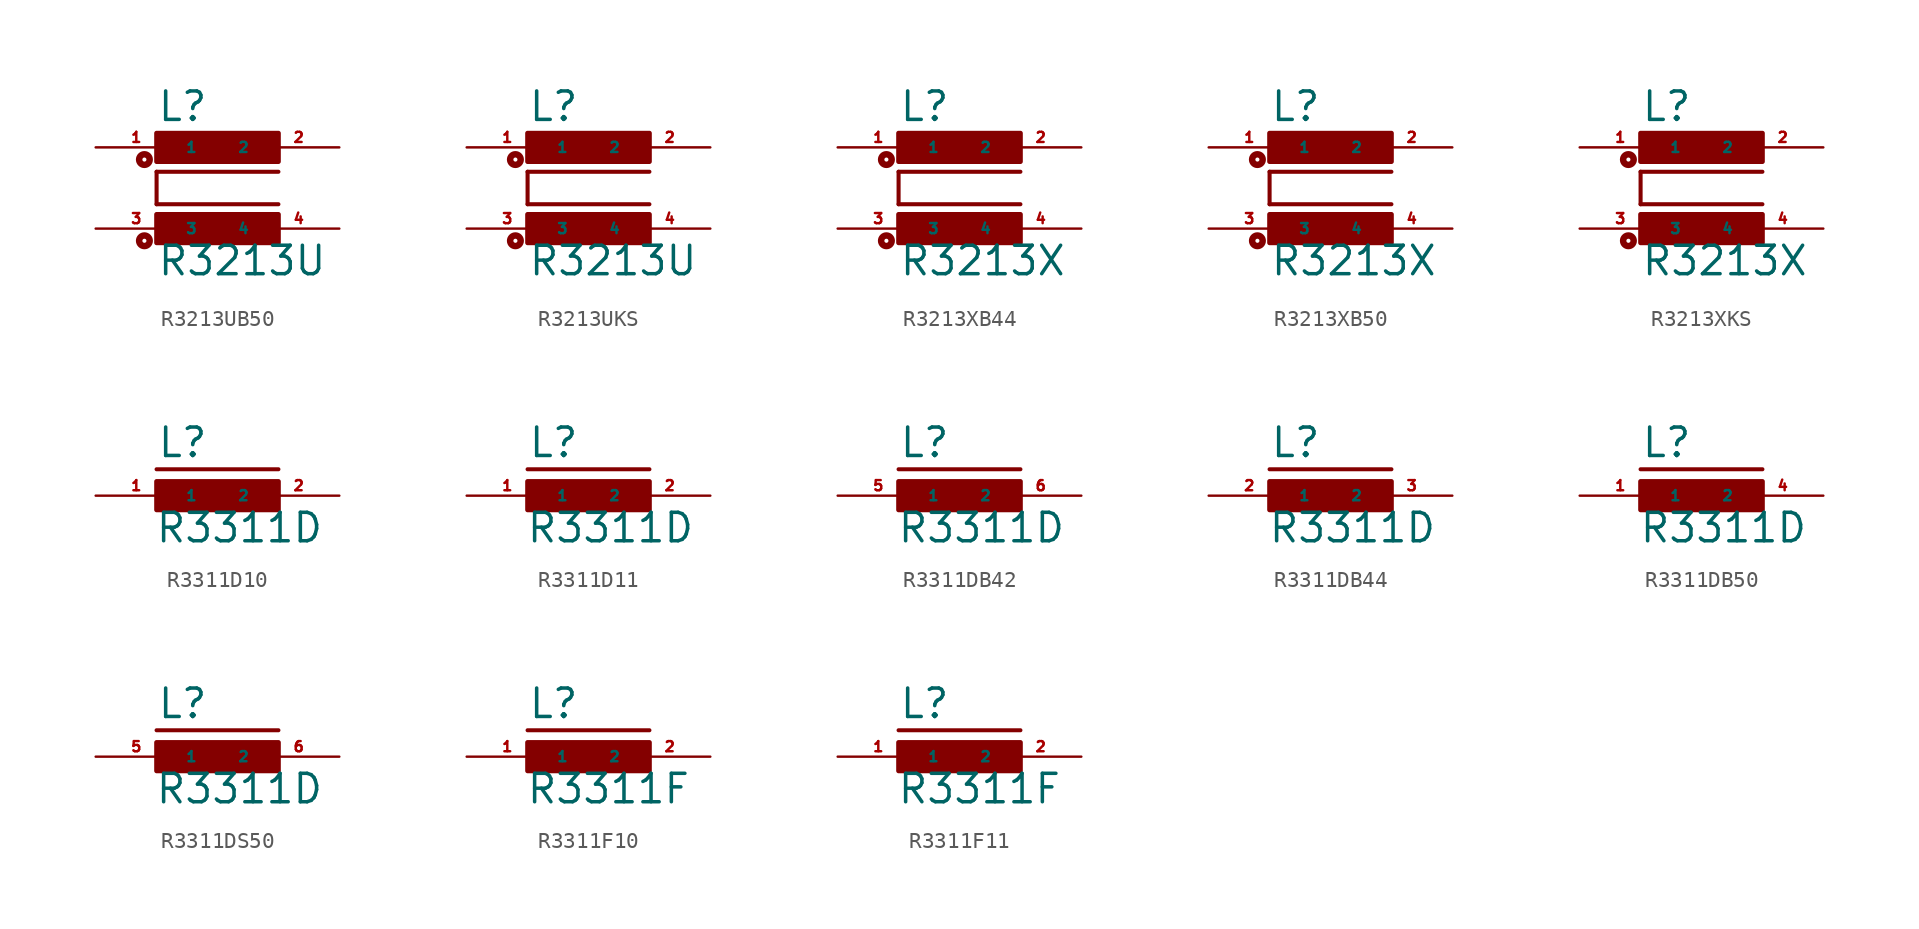
<source format=kicad_sym>
(kicad_symbol_lib
  (version 20220914)
  (generator Eagle2Kicad)
  (symbol "R3213UB50"
    (property "Reference" "L"
      (at -3.81 4.064 0)
      (effects (font (size 1.778 1.778) (thickness 0.22)) (justify left bottom)))
    (property "Value" "R3213U"
      (at -3.81 -5.588 0)
      (effects (font (size 1.778 1.778) (thickness 0.22)) (justify left bottom)))
    (polyline
      (pts (xy 3.81 1.016) (xy -3.81 1.016))
      (stroke (width 0.254) (type default))
      (fill (type none)))
    (polyline
      (pts (xy -3.81 -1.016) (xy -3.81 1.016))
      (stroke (width 0.254) (type default))
      (fill (type none)))
    (polyline
      (pts (xy -3.81 -1.016) (xy 3.81 -1.016))
      (stroke (width 0.254) (type default))
      (fill (type none)))
    (circle
      (center -4.572 -3.302)
      (radius 0.127)
      (stroke (width 0.406) (type default))
      (fill (type none)))
    (circle
      (center -4.572 1.778)
      (radius 0.127)
      (stroke (width 0.406) (type default))
      (fill (type none)))
    (rectangle
      (start -3.81 1.651)
      (end 3.81 3.429)
      (stroke (width 0.3) (type default))
      (fill (type outline)))
    (rectangle
      (start -3.81 -3.429)
      (end 3.81 -1.651)
      (stroke (width 0.3) (type default))
      (fill (type outline)))
    (pin passive line
      (at 7.62 2.54 180)
      (length 5.08)
      (name "2" (effects (font (size 0.635 0.635) (thickness 0.08)) (justify left bottom)))
      (number "2" (effects (font (size 0.635 0.635) (thickness 0.08)) (justify left bottom))))
    (pin passive line
      (at -7.62 2.54 0)
      (length 5.08)
      (name "1" (effects (font (size 0.635 0.635) (thickness 0.08)) (justify left bottom)))
      (number "1" (effects (font (size 0.635 0.635) (thickness 0.08)) (justify left bottom))))
    (pin passive line
      (at -7.62 -2.54 0)
      (length 5.08)
      (name "3" (effects (font (size 0.635 0.635) (thickness 0.08)) (justify left bottom)))
      (number "3" (effects (font (size 0.635 0.635) (thickness 0.08)) (justify left bottom))))
    (pin passive line
      (at 7.62 -2.54 180)
      (length 5.08)
      (name "4" (effects (font (size 0.635 0.635) (thickness 0.08)) (justify left bottom)))
      (number "4" (effects (font (size 0.635 0.635) (thickness 0.08)) (justify left bottom)))))
  (symbol "R3213UKS"
    (property "Reference" "L"
      (at -3.81 4.064 0)
      (effects (font (size 1.778 1.778) (thickness 0.22)) (justify left bottom)))
    (property "Value" "R3213U"
      (at -3.81 -5.588 0)
      (effects (font (size 1.778 1.778) (thickness 0.22)) (justify left bottom)))
    (polyline
      (pts (xy 3.81 1.016) (xy -3.81 1.016))
      (stroke (width 0.254) (type default))
      (fill (type none)))
    (polyline
      (pts (xy -3.81 -1.016) (xy -3.81 1.016))
      (stroke (width 0.254) (type default))
      (fill (type none)))
    (polyline
      (pts (xy -3.81 -1.016) (xy 3.81 -1.016))
      (stroke (width 0.254) (type default))
      (fill (type none)))
    (circle
      (center -4.572 -3.302)
      (radius 0.127)
      (stroke (width 0.406) (type default))
      (fill (type none)))
    (circle
      (center -4.572 1.778)
      (radius 0.127)
      (stroke (width 0.406) (type default))
      (fill (type none)))
    (rectangle
      (start -3.81 1.651)
      (end 3.81 3.429)
      (stroke (width 0.3) (type default))
      (fill (type outline)))
    (rectangle
      (start -3.81 -3.429)
      (end 3.81 -1.651)
      (stroke (width 0.3) (type default))
      (fill (type outline)))
    (pin passive line
      (at 7.62 2.54 180)
      (length 5.08)
      (name "2" (effects (font (size 0.635 0.635) (thickness 0.08)) (justify left bottom)))
      (number "2" (effects (font (size 0.635 0.635) (thickness 0.08)) (justify left bottom))))
    (pin passive line
      (at -7.62 2.54 0)
      (length 5.08)
      (name "1" (effects (font (size 0.635 0.635) (thickness 0.08)) (justify left bottom)))
      (number "1" (effects (font (size 0.635 0.635) (thickness 0.08)) (justify left bottom))))
    (pin passive line
      (at -7.62 -2.54 0)
      (length 5.08)
      (name "3" (effects (font (size 0.635 0.635) (thickness 0.08)) (justify left bottom)))
      (number "3" (effects (font (size 0.635 0.635) (thickness 0.08)) (justify left bottom))))
    (pin passive line
      (at 7.62 -2.54 180)
      (length 5.08)
      (name "4" (effects (font (size 0.635 0.635) (thickness 0.08)) (justify left bottom)))
      (number "4" (effects (font (size 0.635 0.635) (thickness 0.08)) (justify left bottom)))))
  (symbol "R3213XB44"
    (property "Reference" "L"
      (at -3.81 4.064 0)
      (effects (font (size 1.778 1.778) (thickness 0.22)) (justify left bottom)))
    (property "Value" "R3213X"
      (at -3.81 -5.588 0)
      (effects (font (size 1.778 1.778) (thickness 0.22)) (justify left bottom)))
    (polyline
      (pts (xy 3.81 1.016) (xy -3.81 1.016))
      (stroke (width 0.254) (type default))
      (fill (type none)))
    (polyline
      (pts (xy -3.81 -1.016) (xy -3.81 1.016))
      (stroke (width 0.254) (type default))
      (fill (type none)))
    (polyline
      (pts (xy -3.81 -1.016) (xy 3.81 -1.016))
      (stroke (width 0.254) (type default))
      (fill (type none)))
    (circle
      (center -4.572 -3.302)
      (radius 0.127)
      (stroke (width 0.406) (type default))
      (fill (type none)))
    (circle
      (center -4.572 1.778)
      (radius 0.127)
      (stroke (width 0.406) (type default))
      (fill (type none)))
    (rectangle
      (start -3.81 1.651)
      (end 3.81 3.429)
      (stroke (width 0.3) (type default))
      (fill (type outline)))
    (rectangle
      (start -3.81 -3.429)
      (end 3.81 -1.651)
      (stroke (width 0.3) (type default))
      (fill (type outline)))
    (pin passive line
      (at 7.62 2.54 180)
      (length 5.08)
      (name "2" (effects (font (size 0.635 0.635) (thickness 0.08)) (justify left bottom)))
      (number "2" (effects (font (size 0.635 0.635) (thickness 0.08)) (justify left bottom))))
    (pin passive line
      (at -7.62 2.54 0)
      (length 5.08)
      (name "1" (effects (font (size 0.635 0.635) (thickness 0.08)) (justify left bottom)))
      (number "1" (effects (font (size 0.635 0.635) (thickness 0.08)) (justify left bottom))))
    (pin passive line
      (at -7.62 -2.54 0)
      (length 5.08)
      (name "3" (effects (font (size 0.635 0.635) (thickness 0.08)) (justify left bottom)))
      (number "3" (effects (font (size 0.635 0.635) (thickness 0.08)) (justify left bottom))))
    (pin passive line
      (at 7.62 -2.54 180)
      (length 5.08)
      (name "4" (effects (font (size 0.635 0.635) (thickness 0.08)) (justify left bottom)))
      (number "4" (effects (font (size 0.635 0.635) (thickness 0.08)) (justify left bottom)))))
  (symbol "R3213XB50"
    (property "Reference" "L"
      (at -3.81 4.064 0)
      (effects (font (size 1.778 1.778) (thickness 0.22)) (justify left bottom)))
    (property "Value" "R3213X"
      (at -3.81 -5.588 0)
      (effects (font (size 1.778 1.778) (thickness 0.22)) (justify left bottom)))
    (polyline
      (pts (xy 3.81 1.016) (xy -3.81 1.016))
      (stroke (width 0.254) (type default))
      (fill (type none)))
    (polyline
      (pts (xy -3.81 -1.016) (xy -3.81 1.016))
      (stroke (width 0.254) (type default))
      (fill (type none)))
    (polyline
      (pts (xy -3.81 -1.016) (xy 3.81 -1.016))
      (stroke (width 0.254) (type default))
      (fill (type none)))
    (circle
      (center -4.572 -3.302)
      (radius 0.127)
      (stroke (width 0.406) (type default))
      (fill (type none)))
    (circle
      (center -4.572 1.778)
      (radius 0.127)
      (stroke (width 0.406) (type default))
      (fill (type none)))
    (rectangle
      (start -3.81 1.651)
      (end 3.81 3.429)
      (stroke (width 0.3) (type default))
      (fill (type outline)))
    (rectangle
      (start -3.81 -3.429)
      (end 3.81 -1.651)
      (stroke (width 0.3) (type default))
      (fill (type outline)))
    (pin passive line
      (at 7.62 2.54 180)
      (length 5.08)
      (name "2" (effects (font (size 0.635 0.635) (thickness 0.08)) (justify left bottom)))
      (number "2" (effects (font (size 0.635 0.635) (thickness 0.08)) (justify left bottom))))
    (pin passive line
      (at -7.62 2.54 0)
      (length 5.08)
      (name "1" (effects (font (size 0.635 0.635) (thickness 0.08)) (justify left bottom)))
      (number "1" (effects (font (size 0.635 0.635) (thickness 0.08)) (justify left bottom))))
    (pin passive line
      (at -7.62 -2.54 0)
      (length 5.08)
      (name "3" (effects (font (size 0.635 0.635) (thickness 0.08)) (justify left bottom)))
      (number "3" (effects (font (size 0.635 0.635) (thickness 0.08)) (justify left bottom))))
    (pin passive line
      (at 7.62 -2.54 180)
      (length 5.08)
      (name "4" (effects (font (size 0.635 0.635) (thickness 0.08)) (justify left bottom)))
      (number "4" (effects (font (size 0.635 0.635) (thickness 0.08)) (justify left bottom)))))
  (symbol "R3213XKS"
    (property "Reference" "L"
      (at -3.81 4.064 0)
      (effects (font (size 1.778 1.778) (thickness 0.22)) (justify left bottom)))
    (property "Value" "R3213X"
      (at -3.81 -5.588 0)
      (effects (font (size 1.778 1.778) (thickness 0.22)) (justify left bottom)))
    (polyline
      (pts (xy 3.81 1.016) (xy -3.81 1.016))
      (stroke (width 0.254) (type default))
      (fill (type none)))
    (polyline
      (pts (xy -3.81 -1.016) (xy -3.81 1.016))
      (stroke (width 0.254) (type default))
      (fill (type none)))
    (polyline
      (pts (xy -3.81 -1.016) (xy 3.81 -1.016))
      (stroke (width 0.254) (type default))
      (fill (type none)))
    (circle
      (center -4.572 -3.302)
      (radius 0.127)
      (stroke (width 0.406) (type default))
      (fill (type none)))
    (circle
      (center -4.572 1.778)
      (radius 0.127)
      (stroke (width 0.406) (type default))
      (fill (type none)))
    (rectangle
      (start -3.81 1.651)
      (end 3.81 3.429)
      (stroke (width 0.3) (type default))
      (fill (type outline)))
    (rectangle
      (start -3.81 -3.429)
      (end 3.81 -1.651)
      (stroke (width 0.3) (type default))
      (fill (type outline)))
    (pin passive line
      (at 7.62 2.54 180)
      (length 5.08)
      (name "2" (effects (font (size 0.635 0.635) (thickness 0.08)) (justify left bottom)))
      (number "2" (effects (font (size 0.635 0.635) (thickness 0.08)) (justify left bottom))))
    (pin passive line
      (at -7.62 2.54 0)
      (length 5.08)
      (name "1" (effects (font (size 0.635 0.635) (thickness 0.08)) (justify left bottom)))
      (number "1" (effects (font (size 0.635 0.635) (thickness 0.08)) (justify left bottom))))
    (pin passive line
      (at -7.62 -2.54 0)
      (length 5.08)
      (name "3" (effects (font (size 0.635 0.635) (thickness 0.08)) (justify left bottom)))
      (number "3" (effects (font (size 0.635 0.635) (thickness 0.08)) (justify left bottom))))
    (pin passive line
      (at 7.62 -2.54 180)
      (length 5.08)
      (name "4" (effects (font (size 0.635 0.635) (thickness 0.08)) (justify left bottom)))
      (number "4" (effects (font (size 0.635 0.635) (thickness 0.08)) (justify left bottom)))))
  (symbol "R3311D10"
    (property "Reference" "L"
      (at -3.81 2.286 0)
      (effects (font (size 1.778 1.778) (thickness 0.22)) (justify left bottom)))
    (property "Value" "R3311D"
      (at -3.937 -3.048 0)
      (effects (font (size 1.778 1.778) (thickness 0.22)) (justify left bottom)))
    (polyline
      (pts (xy -3.81 1.651) (xy 3.81 1.651))
      (stroke (width 0.254) (type default))
      (fill (type none)))
    (rectangle
      (start -3.81 -0.889)
      (end 3.81 0.889)
      (stroke (width 0.3) (type default))
      (fill (type outline)))
    (pin passive line
      (at 7.62 0 180)
      (length 5.08)
      (name "2" (effects (font (size 0.635 0.635) (thickness 0.08)) (justify left bottom)))
      (number "2" (effects (font (size 0.635 0.635) (thickness 0.08)) (justify left bottom))))
    (pin passive line
      (at -7.62 0 0)
      (length 5.08)
      (name "1" (effects (font (size 0.635 0.635) (thickness 0.08)) (justify left bottom)))
      (number "1" (effects (font (size 0.635 0.635) (thickness 0.08)) (justify left bottom)))))
  (symbol "R3311D11"
    (property "Reference" "L"
      (at -3.81 2.286 0)
      (effects (font (size 1.778 1.778) (thickness 0.22)) (justify left bottom)))
    (property "Value" "R3311D"
      (at -3.937 -3.048 0)
      (effects (font (size 1.778 1.778) (thickness 0.22)) (justify left bottom)))
    (polyline
      (pts (xy -3.81 1.651) (xy 3.81 1.651))
      (stroke (width 0.254) (type default))
      (fill (type none)))
    (rectangle
      (start -3.81 -0.889)
      (end 3.81 0.889)
      (stroke (width 0.3) (type default))
      (fill (type outline)))
    (pin passive line
      (at 7.62 0 180)
      (length 5.08)
      (name "2" (effects (font (size 0.635 0.635) (thickness 0.08)) (justify left bottom)))
      (number "2" (effects (font (size 0.635 0.635) (thickness 0.08)) (justify left bottom))))
    (pin passive line
      (at -7.62 0 0)
      (length 5.08)
      (name "1" (effects (font (size 0.635 0.635) (thickness 0.08)) (justify left bottom)))
      (number "1" (effects (font (size 0.635 0.635) (thickness 0.08)) (justify left bottom)))))
  (symbol "R3311DB42"
    (property "Reference" "L"
      (at -3.81 2.286 0)
      (effects (font (size 1.778 1.778) (thickness 0.22)) (justify left bottom)))
    (property "Value" "R3311D"
      (at -3.937 -3.048 0)
      (effects (font (size 1.778 1.778) (thickness 0.22)) (justify left bottom)))
    (polyline
      (pts (xy -3.81 1.651) (xy 3.81 1.651))
      (stroke (width 0.254) (type default))
      (fill (type none)))
    (rectangle
      (start -3.81 -0.889)
      (end 3.81 0.889)
      (stroke (width 0.3) (type default))
      (fill (type outline)))
    (pin passive line
      (at 7.62 0 180)
      (length 5.08)
      (name "2" (effects (font (size 0.635 0.635) (thickness 0.08)) (justify left bottom)))
      (number "6" (effects (font (size 0.635 0.635) (thickness 0.08)) (justify left bottom))))
    (pin passive line
      (at -7.62 0 0)
      (length 5.08)
      (name "1" (effects (font (size 0.635 0.635) (thickness 0.08)) (justify left bottom)))
      (number "5" (effects (font (size 0.635 0.635) (thickness 0.08)) (justify left bottom)))))
  (symbol "R3311DB44"
    (property "Reference" "L"
      (at -3.81 2.286 0)
      (effects (font (size 1.778 1.778) (thickness 0.22)) (justify left bottom)))
    (property "Value" "R3311D"
      (at -3.937 -3.048 0)
      (effects (font (size 1.778 1.778) (thickness 0.22)) (justify left bottom)))
    (polyline
      (pts (xy -3.81 1.651) (xy 3.81 1.651))
      (stroke (width 0.254) (type default))
      (fill (type none)))
    (rectangle
      (start -3.81 -0.889)
      (end 3.81 0.889)
      (stroke (width 0.3) (type default))
      (fill (type outline)))
    (pin passive line
      (at 7.62 0 180)
      (length 5.08)
      (name "2" (effects (font (size 0.635 0.635) (thickness 0.08)) (justify left bottom)))
      (number "3" (effects (font (size 0.635 0.635) (thickness 0.08)) (justify left bottom))))
    (pin passive line
      (at -7.62 0 0)
      (length 5.08)
      (name "1" (effects (font (size 0.635 0.635) (thickness 0.08)) (justify left bottom)))
      (number "2" (effects (font (size 0.635 0.635) (thickness 0.08)) (justify left bottom)))))
  (symbol "R3311DB50"
    (property "Reference" "L"
      (at -3.81 2.286 0)
      (effects (font (size 1.778 1.778) (thickness 0.22)) (justify left bottom)))
    (property "Value" "R3311D"
      (at -3.937 -3.048 0)
      (effects (font (size 1.778 1.778) (thickness 0.22)) (justify left bottom)))
    (polyline
      (pts (xy -3.81 1.651) (xy 3.81 1.651))
      (stroke (width 0.254) (type default))
      (fill (type none)))
    (rectangle
      (start -3.81 -0.889)
      (end 3.81 0.889)
      (stroke (width 0.3) (type default))
      (fill (type outline)))
    (pin passive line
      (at 7.62 0 180)
      (length 5.08)
      (name "2" (effects (font (size 0.635 0.635) (thickness 0.08)) (justify left bottom)))
      (number "4" (effects (font (size 0.635 0.635) (thickness 0.08)) (justify left bottom))))
    (pin passive line
      (at -7.62 0 0)
      (length 5.08)
      (name "1" (effects (font (size 0.635 0.635) (thickness 0.08)) (justify left bottom)))
      (number "1" (effects (font (size 0.635 0.635) (thickness 0.08)) (justify left bottom)))))
  (symbol "R3311DS50"
    (property "Reference" "L"
      (at -3.81 2.286 0)
      (effects (font (size 1.778 1.778) (thickness 0.22)) (justify left bottom)))
    (property "Value" "R3311D"
      (at -3.937 -3.048 0)
      (effects (font (size 1.778 1.778) (thickness 0.22)) (justify left bottom)))
    (polyline
      (pts (xy -3.81 1.651) (xy 3.81 1.651))
      (stroke (width 0.254) (type default))
      (fill (type none)))
    (rectangle
      (start -3.81 -0.889)
      (end 3.81 0.889)
      (stroke (width 0.3) (type default))
      (fill (type outline)))
    (pin passive line
      (at 7.62 0 180)
      (length 5.08)
      (name "2" (effects (font (size 0.635 0.635) (thickness 0.08)) (justify left bottom)))
      (number "6" (effects (font (size 0.635 0.635) (thickness 0.08)) (justify left bottom))))
    (pin passive line
      (at -7.62 0 0)
      (length 5.08)
      (name "1" (effects (font (size 0.635 0.635) (thickness 0.08)) (justify left bottom)))
      (number "5" (effects (font (size 0.635 0.635) (thickness 0.08)) (justify left bottom)))))
  (symbol "R3311F10"
    (property "Reference" "L"
      (at -3.81 2.286 0)
      (effects (font (size 1.778 1.778) (thickness 0.22)) (justify left bottom)))
    (property "Value" "R3311F"
      (at -3.937 -3.048 0)
      (effects (font (size 1.778 1.778) (thickness 0.22)) (justify left bottom)))
    (polyline
      (pts (xy -3.81 1.651) (xy 3.81 1.651))
      (stroke (width 0.254) (type default))
      (fill (type none)))
    (rectangle
      (start -3.81 -0.889)
      (end 3.81 0.889)
      (stroke (width 0.3) (type default))
      (fill (type outline)))
    (pin passive line
      (at 7.62 0 180)
      (length 5.08)
      (name "2" (effects (font (size 0.635 0.635) (thickness 0.08)) (justify left bottom)))
      (number "2" (effects (font (size 0.635 0.635) (thickness 0.08)) (justify left bottom))))
    (pin passive line
      (at -7.62 0 0)
      (length 5.08)
      (name "1" (effects (font (size 0.635 0.635) (thickness 0.08)) (justify left bottom)))
      (number "1" (effects (font (size 0.635 0.635) (thickness 0.08)) (justify left bottom)))))
  (symbol "R3311F11"
    (property "Reference" "L"
      (at -3.81 2.286 0)
      (effects (font (size 1.778 1.778) (thickness 0.22)) (justify left bottom)))
    (property "Value" "R3311F"
      (at -3.937 -3.048 0)
      (effects (font (size 1.778 1.778) (thickness 0.22)) (justify left bottom)))
    (polyline
      (pts (xy -3.81 1.651) (xy 3.81 1.651))
      (stroke (width 0.254) (type default))
      (fill (type none)))
    (rectangle
      (start -3.81 -0.889)
      (end 3.81 0.889)
      (stroke (width 0.3) (type default))
      (fill (type outline)))
    (pin passive line
      (at 7.62 0 180)
      (length 5.08)
      (name "2" (effects (font (size 0.635 0.635) (thickness 0.08)) (justify left bottom)))
      (number "2" (effects (font (size 0.635 0.635) (thickness 0.08)) (justify left bottom))))
    (pin passive line
      (at -7.62 0 0)
      (length 5.08)
      (name "1" (effects (font (size 0.635 0.635) (thickness 0.08)) (justify left bottom)))
      (number "1" (effects (font (size 0.635 0.635) (thickness 0.08)) (justify left bottom))))))
</source>
